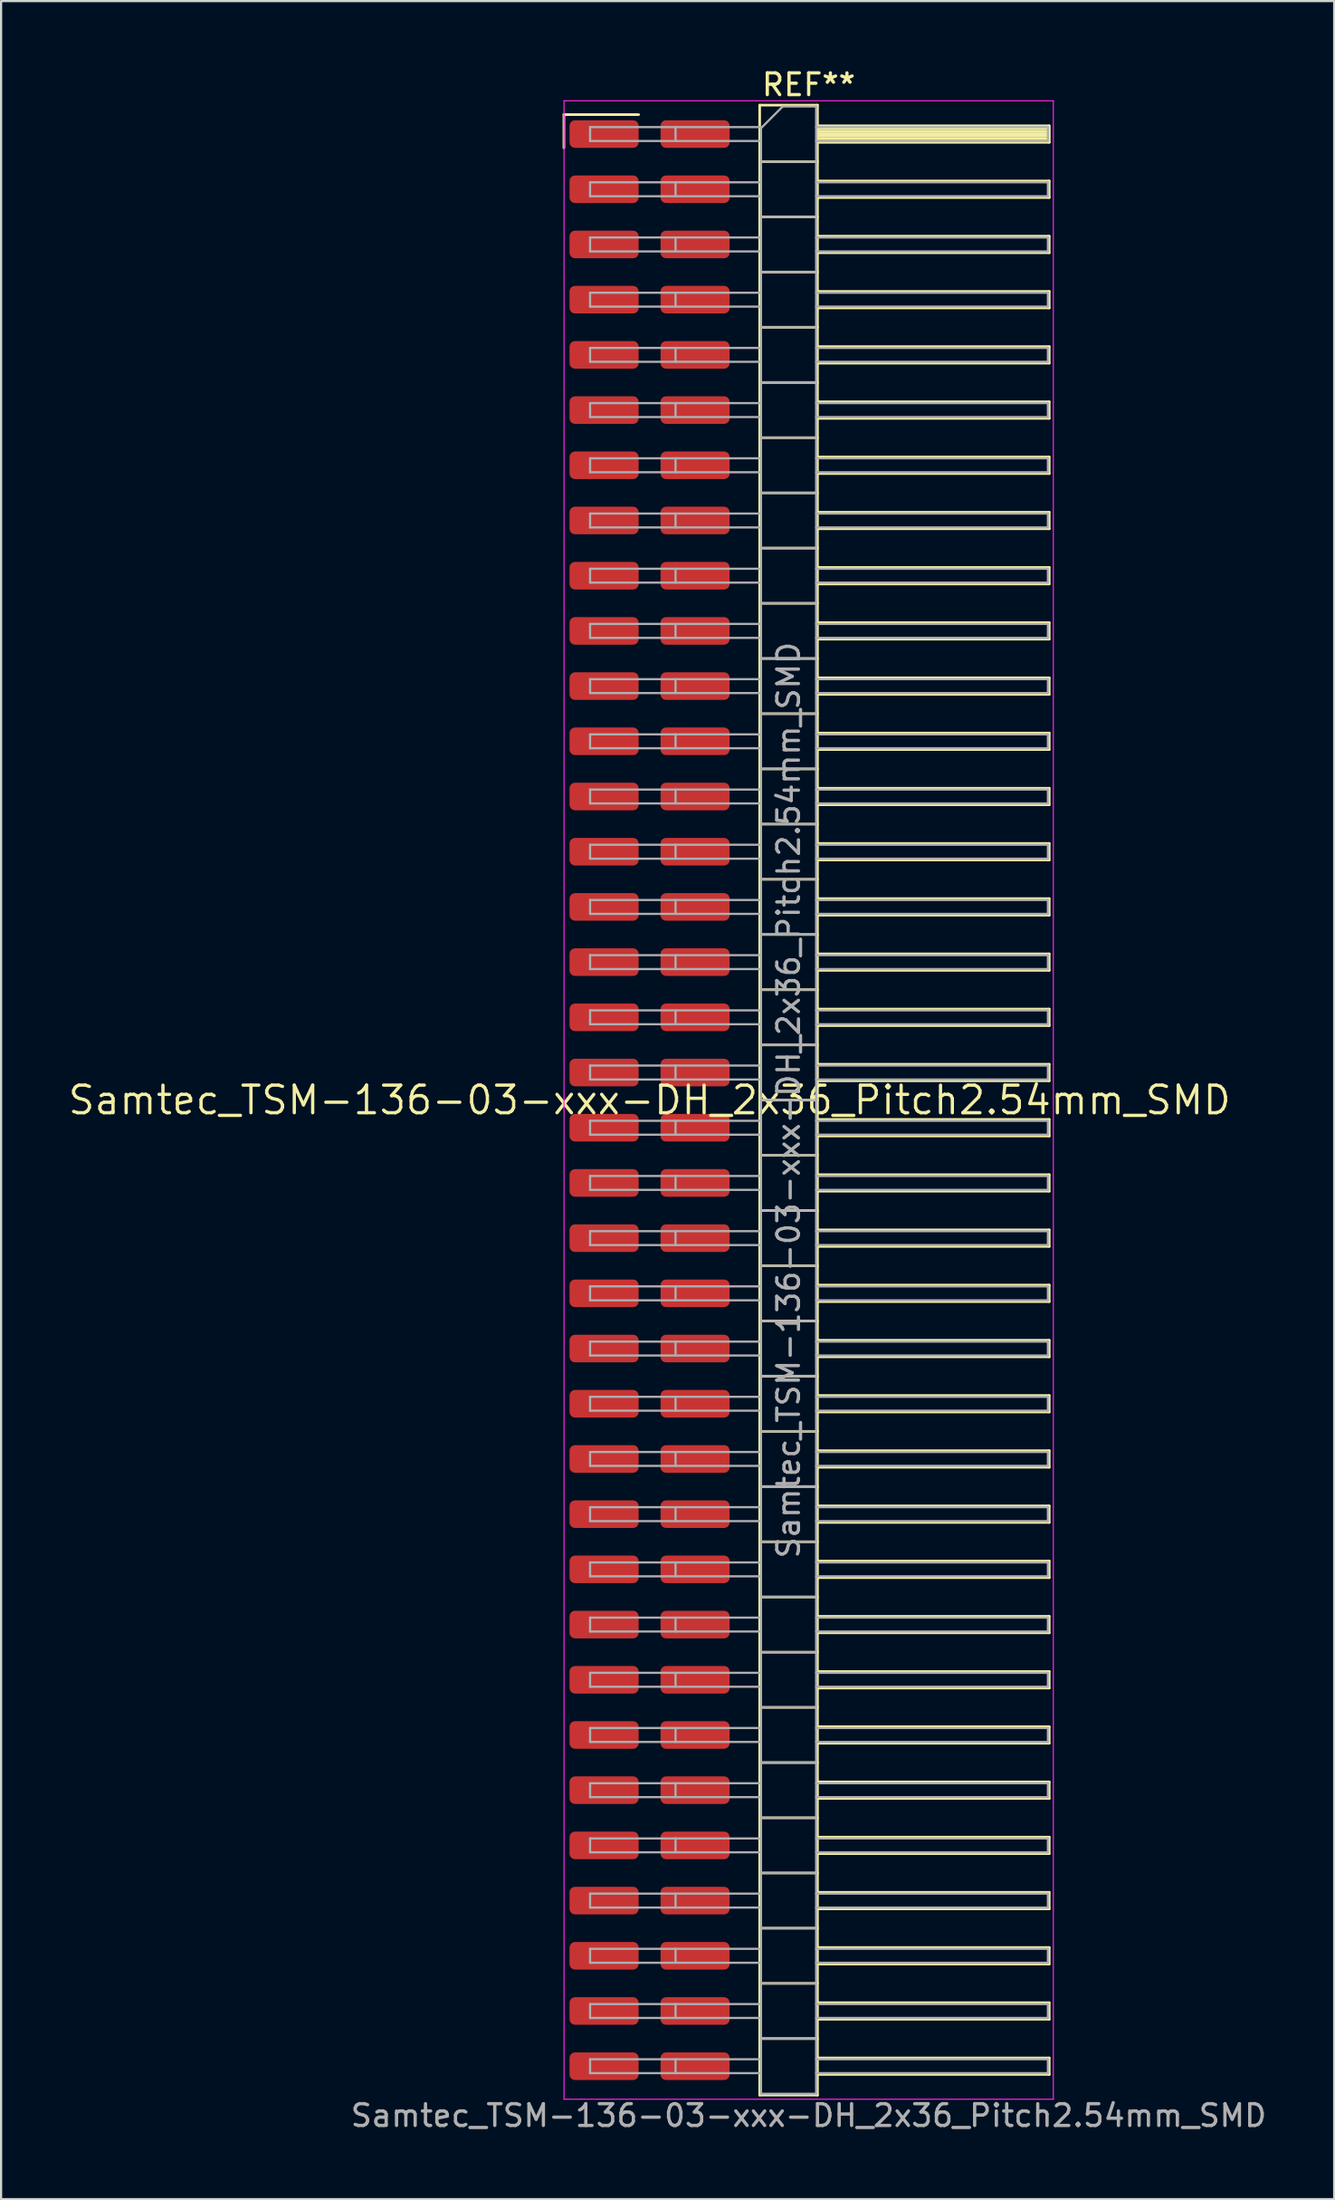
<source format=kicad_pcb>
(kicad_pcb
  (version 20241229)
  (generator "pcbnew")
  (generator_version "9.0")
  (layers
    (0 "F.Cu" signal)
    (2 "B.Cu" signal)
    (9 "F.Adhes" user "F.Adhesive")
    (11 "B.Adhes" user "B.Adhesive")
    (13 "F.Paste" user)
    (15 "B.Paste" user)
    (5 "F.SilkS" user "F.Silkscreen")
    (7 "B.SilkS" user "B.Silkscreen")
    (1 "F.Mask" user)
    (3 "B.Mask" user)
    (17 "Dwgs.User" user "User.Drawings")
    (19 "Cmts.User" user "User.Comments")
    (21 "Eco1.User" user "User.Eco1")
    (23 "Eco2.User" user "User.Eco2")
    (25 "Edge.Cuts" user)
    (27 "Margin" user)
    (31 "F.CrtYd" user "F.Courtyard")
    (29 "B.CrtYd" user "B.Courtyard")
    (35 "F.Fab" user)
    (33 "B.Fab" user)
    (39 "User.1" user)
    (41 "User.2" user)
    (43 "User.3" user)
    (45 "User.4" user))
  (footprint "Samtec_TSM-136-03-xxx-DH_2x36_Pitch2.54mm_SMD"
    (layer "F.Cu")
    (at 26.859 47.568)
    (property "Reference" "Samtec_TSM-136-03-xxx-DH_2x36_Pitch2.54mm_SMD" (at 0 0 0) (layer "F.SilkS") (effects (font (size 1.27 1.27) (thickness 0.15))))
    (attr smd)
    (fp_line (start -3.945 -45.345) (end -0.505 -45.345) (stroke (width 0.12) (type solid)) (layer "F.SilkS"))
    (fp_line (start -3.945 -43.815) (end -3.945 -45.345) (stroke (width 0.12) (type solid)) (layer "F.SilkS"))
    (fp_line (start 5.07 -45.78) (end 7.73 -45.78) (stroke (width 0.12) (type solid)) (layer "F.SilkS"))
    (fp_line (start 5.07 -43.18) (end 7.73 -43.18) (stroke (width 0.12) (type solid)) (layer "F.SilkS"))
    (fp_line (start 5.07 -40.64) (end 7.73 -40.64) (stroke (width 0.12) (type solid)) (layer "F.SilkS"))
    (fp_line (start 5.07 -38.1) (end 7.73 -38.1) (stroke (width 0.12) (type solid)) (layer "F.SilkS"))
    (fp_line (start 5.07 -35.56) (end 7.73 -35.56) (stroke (width 0.12) (type solid)) (layer "F.SilkS"))
    (fp_line (start 5.07 -33.02) (end 7.73 -33.02) (stroke (width 0.12) (type solid)) (layer "F.SilkS"))
    (fp_line (start 5.07 -30.48) (end 7.73 -30.48) (stroke (width 0.12) (type solid)) (layer "F.SilkS"))
    (fp_line (start 5.07 -27.94) (end 7.73 -27.94) (stroke (width 0.12) (type solid)) (layer "F.SilkS"))
    (fp_line (start 5.07 -25.4) (end 7.73 -25.4) (stroke (width 0.12) (type solid)) (layer "F.SilkS"))
    (fp_line (start 5.07 -22.86) (end 7.73 -22.86) (stroke (width 0.12) (type solid)) (layer "F.SilkS"))
    (fp_line (start 5.07 -20.32) (end 7.73 -20.32) (stroke (width 0.12) (type solid)) (layer "F.SilkS"))
    (fp_line (start 5.07 -17.78) (end 7.73 -17.78) (stroke (width 0.12) (type solid)) (layer "F.SilkS"))
    (fp_line (start 5.07 -15.24) (end 7.73 -15.24) (stroke (width 0.12) (type solid)) (layer "F.SilkS"))
    (fp_line (start 5.07 -12.7) (end 7.73 -12.7) (stroke (width 0.12) (type solid)) (layer "F.SilkS"))
    (fp_line (start 5.07 -10.16) (end 7.73 -10.16) (stroke (width 0.12) (type solid)) (layer "F.SilkS"))
    (fp_line (start 5.07 -7.62) (end 7.73 -7.62) (stroke (width 0.12) (type solid)) (layer "F.SilkS"))
    (fp_line (start 5.07 -5.08) (end 7.73 -5.08) (stroke (width 0.12) (type solid)) (layer "F.SilkS"))
    (fp_line (start 5.07 -2.54) (end 7.73 -2.54) (stroke (width 0.12) (type solid)) (layer "F.SilkS"))
    (fp_line (start 5.07 0) (end 7.73 0) (stroke (width 0.12) (type solid)) (layer "F.SilkS"))
    (fp_line (start 5.07 2.54) (end 7.73 2.54) (stroke (width 0.12) (type solid)) (layer "F.SilkS"))
    (fp_line (start 5.07 5.08) (end 7.73 5.08) (stroke (width 0.12) (type solid)) (layer "F.SilkS"))
    (fp_line (start 5.07 7.62) (end 7.73 7.62) (stroke (width 0.12) (type solid)) (layer "F.SilkS"))
    (fp_line (start 5.07 10.16) (end 7.73 10.16) (stroke (width 0.12) (type solid)) (layer "F.SilkS"))
    (fp_line (start 5.07 12.7) (end 7.73 12.7) (stroke (width 0.12) (type solid)) (layer "F.SilkS"))
    (fp_line (start 5.07 15.24) (end 7.73 15.24) (stroke (width 0.12) (type solid)) (layer "F.SilkS"))
    (fp_line (start 5.07 17.78) (end 7.73 17.78) (stroke (width 0.12) (type solid)) (layer "F.SilkS"))
    (fp_line (start 5.07 20.32) (end 7.73 20.32) (stroke (width 0.12) (type solid)) (layer "F.SilkS"))
    (fp_line (start 5.07 22.86) (end 7.73 22.86) (stroke (width 0.12) (type solid)) (layer "F.SilkS"))
    (fp_line (start 5.07 25.4) (end 7.73 25.4) (stroke (width 0.12) (type solid)) (layer "F.SilkS"))
    (fp_line (start 5.07 27.94) (end 7.73 27.94) (stroke (width 0.12) (type solid)) (layer "F.SilkS"))
    (fp_line (start 5.07 30.48) (end 7.73 30.48) (stroke (width 0.12) (type solid)) (layer "F.SilkS"))
    (fp_line (start 5.07 33.02) (end 7.73 33.02) (stroke (width 0.12) (type solid)) (layer "F.SilkS"))
    (fp_line (start 5.07 35.56) (end 7.73 35.56) (stroke (width 0.12) (type solid)) (layer "F.SilkS"))
    (fp_line (start 5.07 38.1) (end 7.73 38.1) (stroke (width 0.12) (type solid)) (layer "F.SilkS"))
    (fp_line (start 5.07 40.64) (end 7.73 40.64) (stroke (width 0.12) (type solid)) (layer "F.SilkS"))
    (fp_line (start 5.07 43.18) (end 7.73 43.18) (stroke (width 0.12) (type solid)) (layer "F.SilkS"))
    (fp_line (start 5.07 45.78) (end 5.07 -45.78) (stroke (width 0.12) (type solid)) (layer "F.SilkS"))
    (fp_line (start 7.73 -45.78) (end 7.73 45.78) (stroke (width 0.12) (type solid)) (layer "F.SilkS"))
    (fp_line (start 7.73 -44.83) (end 18.4 -44.83) (stroke (width 0.12) (type solid)) (layer "F.SilkS"))
    (fp_line (start 7.73 -44.71) (end 18.4 -44.71) (stroke (width 0.12) (type solid)) (layer "F.SilkS"))
    (fp_line (start 7.73 -44.59) (end 18.4 -44.59) (stroke (width 0.12) (type solid)) (layer "F.SilkS"))
    (fp_line (start 7.73 -44.47) (end 18.4 -44.47) (stroke (width 0.12) (type solid)) (layer "F.SilkS"))
    (fp_line (start 7.73 -44.35) (end 18.4 -44.35) (stroke (width 0.12) (type solid)) (layer "F.SilkS"))
    (fp_line (start 7.73 -44.23) (end 18.4 -44.23) (stroke (width 0.12) (type solid)) (layer "F.SilkS"))
    (fp_line (start 7.73 -44.11) (end 18.4 -44.11) (stroke (width 0.12) (type solid)) (layer "F.SilkS"))
    (fp_line (start 7.73 -44.07) (end 18.4 -44.07) (stroke (width 0.12) (type solid)) (layer "F.SilkS"))
    (fp_line (start 7.73 -42.29) (end 18.4 -42.29) (stroke (width 0.12) (type solid)) (layer "F.SilkS"))
    (fp_line (start 7.73 -41.53) (end 18.4 -41.53) (stroke (width 0.12) (type solid)) (layer "F.SilkS"))
    (fp_line (start 7.73 -39.75) (end 18.4 -39.75) (stroke (width 0.12) (type solid)) (layer "F.SilkS"))
    (fp_line (start 7.73 -38.99) (end 18.4 -38.99) (stroke (width 0.12) (type solid)) (layer "F.SilkS"))
    (fp_line (start 7.73 -37.21) (end 18.4 -37.21) (stroke (width 0.12) (type solid)) (layer "F.SilkS"))
    (fp_line (start 7.73 -36.45) (end 18.4 -36.45) (stroke (width 0.12) (type solid)) (layer "F.SilkS"))
    (fp_line (start 7.73 -34.67) (end 18.4 -34.67) (stroke (width 0.12) (type solid)) (layer "F.SilkS"))
    (fp_line (start 7.73 -33.91) (end 18.4 -33.91) (stroke (width 0.12) (type solid)) (layer "F.SilkS"))
    (fp_line (start 7.73 -32.13) (end 18.4 -32.13) (stroke (width 0.12) (type solid)) (layer "F.SilkS"))
    (fp_line (start 7.73 -31.37) (end 18.4 -31.37) (stroke (width 0.12) (type solid)) (layer "F.SilkS"))
    (fp_line (start 7.73 -29.59) (end 18.4 -29.59) (stroke (width 0.12) (type solid)) (layer "F.SilkS"))
    (fp_line (start 7.73 -28.83) (end 18.4 -28.83) (stroke (width 0.12) (type solid)) (layer "F.SilkS"))
    (fp_line (start 7.73 -27.05) (end 18.4 -27.05) (stroke (width 0.12) (type solid)) (layer "F.SilkS"))
    (fp_line (start 7.73 -26.29) (end 18.4 -26.29) (stroke (width 0.12) (type solid)) (layer "F.SilkS"))
    (fp_line (start 7.73 -24.51) (end 18.4 -24.51) (stroke (width 0.12) (type solid)) (layer "F.SilkS"))
    (fp_line (start 7.73 -23.75) (end 18.4 -23.75) (stroke (width 0.12) (type solid)) (layer "F.SilkS"))
    (fp_line (start 7.73 -21.97) (end 18.4 -21.97) (stroke (width 0.12) (type solid)) (layer "F.SilkS"))
    (fp_line (start 7.73 -21.21) (end 18.4 -21.21) (stroke (width 0.12) (type solid)) (layer "F.SilkS"))
    (fp_line (start 7.73 -19.43) (end 18.4 -19.43) (stroke (width 0.12) (type solid)) (layer "F.SilkS"))
    (fp_line (start 7.73 -18.67) (end 18.4 -18.67) (stroke (width 0.12) (type solid)) (layer "F.SilkS"))
    (fp_line (start 7.73 -16.89) (end 18.4 -16.89) (stroke (width 0.12) (type solid)) (layer "F.SilkS"))
    (fp_line (start 7.73 -16.13) (end 18.4 -16.13) (stroke (width 0.12) (type solid)) (layer "F.SilkS"))
    (fp_line (start 7.73 -14.35) (end 18.4 -14.35) (stroke (width 0.12) (type solid)) (layer "F.SilkS"))
    (fp_line (start 7.73 -13.59) (end 18.4 -13.59) (stroke (width 0.12) (type solid)) (layer "F.SilkS"))
    (fp_line (start 7.73 -11.81) (end 18.4 -11.81) (stroke (width 0.12) (type solid)) (layer "F.SilkS"))
    (fp_line (start 7.73 -11.05) (end 18.4 -11.05) (stroke (width 0.12) (type solid)) (layer "F.SilkS"))
    (fp_line (start 7.73 -9.27) (end 18.4 -9.27) (stroke (width 0.12) (type solid)) (layer "F.SilkS"))
    (fp_line (start 7.73 -8.51) (end 18.4 -8.51) (stroke (width 0.12) (type solid)) (layer "F.SilkS"))
    (fp_line (start 7.73 -6.73) (end 18.4 -6.73) (stroke (width 0.12) (type solid)) (layer "F.SilkS"))
    (fp_line (start 7.73 -5.97) (end 18.4 -5.97) (stroke (width 0.12) (type solid)) (layer "F.SilkS"))
    (fp_line (start 7.73 -4.19) (end 18.4 -4.19) (stroke (width 0.12) (type solid)) (layer "F.SilkS"))
    (fp_line (start 7.73 -3.43) (end 18.4 -3.43) (stroke (width 0.12) (type solid)) (layer "F.SilkS"))
    (fp_line (start 7.73 -1.65) (end 18.4 -1.65) (stroke (width 0.12) (type solid)) (layer "F.SilkS"))
    (fp_line (start 7.73 -0.89) (end 18.4 -0.89) (stroke (width 0.12) (type solid)) (layer "F.SilkS"))
    (fp_line (start 7.73 0.89) (end 18.4 0.89) (stroke (width 0.12) (type solid)) (layer "F.SilkS"))
    (fp_line (start 7.73 1.65) (end 18.4 1.65) (stroke (width 0.12) (type solid)) (layer "F.SilkS"))
    (fp_line (start 7.73 3.43) (end 18.4 3.43) (stroke (width 0.12) (type solid)) (layer "F.SilkS"))
    (fp_line (start 7.73 4.19) (end 18.4 4.19) (stroke (width 0.12) (type solid)) (layer "F.SilkS"))
    (fp_line (start 7.73 5.97) (end 18.4 5.97) (stroke (width 0.12) (type solid)) (layer "F.SilkS"))
    (fp_line (start 7.73 6.73) (end 18.4 6.73) (stroke (width 0.12) (type solid)) (layer "F.SilkS"))
    (fp_line (start 7.73 8.51) (end 18.4 8.51) (stroke (width 0.12) (type solid)) (layer "F.SilkS"))
    (fp_line (start 7.73 9.27) (end 18.4 9.27) (stroke (width 0.12) (type solid)) (layer "F.SilkS"))
    (fp_line (start 7.73 11.05) (end 18.4 11.05) (stroke (width 0.12) (type solid)) (layer "F.SilkS"))
    (fp_line (start 7.73 11.81) (end 18.4 11.81) (stroke (width 0.12) (type solid)) (layer "F.SilkS"))
    (fp_line (start 7.73 13.59) (end 18.4 13.59) (stroke (width 0.12) (type solid)) (layer "F.SilkS"))
    (fp_line (start 7.73 14.35) (end 18.4 14.35) (stroke (width 0.12) (type solid)) (layer "F.SilkS"))
    (fp_line (start 7.73 16.13) (end 18.4 16.13) (stroke (width 0.12) (type solid)) (layer "F.SilkS"))
    (fp_line (start 7.73 16.89) (end 18.4 16.89) (stroke (width 0.12) (type solid)) (layer "F.SilkS"))
    (fp_line (start 7.73 18.67) (end 18.4 18.67) (stroke (width 0.12) (type solid)) (layer "F.SilkS"))
    (fp_line (start 7.73 19.43) (end 18.4 19.43) (stroke (width 0.12) (type solid)) (layer "F.SilkS"))
    (fp_line (start 7.73 21.21) (end 18.4 21.21) (stroke (width 0.12) (type solid)) (layer "F.SilkS"))
    (fp_line (start 7.73 21.97) (end 18.4 21.97) (stroke (width 0.12) (type solid)) (layer "F.SilkS"))
    (fp_line (start 7.73 23.75) (end 18.4 23.75) (stroke (width 0.12) (type solid)) (layer "F.SilkS"))
    (fp_line (start 7.73 24.51) (end 18.4 24.51) (stroke (width 0.12) (type solid)) (layer "F.SilkS"))
    (fp_line (start 7.73 26.29) (end 18.4 26.29) (stroke (width 0.12) (type solid)) (layer "F.SilkS"))
    (fp_line (start 7.73 27.05) (end 18.4 27.05) (stroke (width 0.12) (type solid)) (layer "F.SilkS"))
    (fp_line (start 7.73 28.83) (end 18.4 28.83) (stroke (width 0.12) (type solid)) (layer "F.SilkS"))
    (fp_line (start 7.73 29.59) (end 18.4 29.59) (stroke (width 0.12) (type solid)) (layer "F.SilkS"))
    (fp_line (start 7.73 31.37) (end 18.4 31.37) (stroke (width 0.12) (type solid)) (layer "F.SilkS"))
    (fp_line (start 7.73 32.13) (end 18.4 32.13) (stroke (width 0.12) (type solid)) (layer "F.SilkS"))
    (fp_line (start 7.73 33.91) (end 18.4 33.91) (stroke (width 0.12) (type solid)) (layer "F.SilkS"))
    (fp_line (start 7.73 34.67) (end 18.4 34.67) (stroke (width 0.12) (type solid)) (layer "F.SilkS"))
    (fp_line (start 7.73 36.45) (end 18.4 36.45) (stroke (width 0.12) (type solid)) (layer "F.SilkS"))
    (fp_line (start 7.73 37.21) (end 18.4 37.21) (stroke (width 0.12) (type solid)) (layer "F.SilkS"))
    (fp_line (start 7.73 38.99) (end 18.4 38.99) (stroke (width 0.12) (type solid)) (layer "F.SilkS"))
    (fp_line (start 7.73 39.75) (end 18.4 39.75) (stroke (width 0.12) (type solid)) (layer "F.SilkS"))
    (fp_line (start 7.73 41.53) (end 18.4 41.53) (stroke (width 0.12) (type solid)) (layer "F.SilkS"))
    (fp_line (start 7.73 42.29) (end 18.4 42.29) (stroke (width 0.12) (type solid)) (layer "F.SilkS"))
    (fp_line (start 7.73 44.07) (end 18.4 44.07) (stroke (width 0.12) (type solid)) (layer "F.SilkS"))
    (fp_line (start 7.73 44.83) (end 18.4 44.83) (stroke (width 0.12) (type solid)) (layer "F.SilkS"))
    (fp_line (start 7.73 45.78) (end 5.07 45.78) (stroke (width 0.12) (type solid)) (layer "F.SilkS"))
    (fp_line (start 18.4 -44.83) (end 18.4 -44.07) (stroke (width 0.12) (type solid)) (layer "F.SilkS"))
    (fp_line (start 18.4 -42.29) (end 18.4 -41.53) (stroke (width 0.12) (type solid)) (layer "F.SilkS"))
    (fp_line (start 18.4 -39.75) (end 18.4 -38.99) (stroke (width 0.12) (type solid)) (layer "F.SilkS"))
    (fp_line (start 18.4 -37.21) (end 18.4 -36.45) (stroke (width 0.12) (type solid)) (layer "F.SilkS"))
    (fp_line (start 18.4 -34.67) (end 18.4 -33.91) (stroke (width 0.12) (type solid)) (layer "F.SilkS"))
    (fp_line (start 18.4 -32.13) (end 18.4 -31.37) (stroke (width 0.12) (type solid)) (layer "F.SilkS"))
    (fp_line (start 18.4 -29.59) (end 18.4 -28.83) (stroke (width 0.12) (type solid)) (layer "F.SilkS"))
    (fp_line (start 18.4 -27.05) (end 18.4 -26.29) (stroke (width 0.12) (type solid)) (layer "F.SilkS"))
    (fp_line (start 18.4 -24.51) (end 18.4 -23.75) (stroke (width 0.12) (type solid)) (layer "F.SilkS"))
    (fp_line (start 18.4 -21.97) (end 18.4 -21.21) (stroke (width 0.12) (type solid)) (layer "F.SilkS"))
    (fp_line (start 18.4 -19.43) (end 18.4 -18.67) (stroke (width 0.12) (type solid)) (layer "F.SilkS"))
    (fp_line (start 18.4 -16.89) (end 18.4 -16.13) (stroke (width 0.12) (type solid)) (layer "F.SilkS"))
    (fp_line (start 18.4 -14.35) (end 18.4 -13.59) (stroke (width 0.12) (type solid)) (layer "F.SilkS"))
    (fp_line (start 18.4 -11.81) (end 18.4 -11.05) (stroke (width 0.12) (type solid)) (layer "F.SilkS"))
    (fp_line (start 18.4 -9.27) (end 18.4 -8.51) (stroke (width 0.12) (type solid)) (layer "F.SilkS"))
    (fp_line (start 18.4 -6.73) (end 18.4 -5.97) (stroke (width 0.12) (type solid)) (layer "F.SilkS"))
    (fp_line (start 18.4 -4.19) (end 18.4 -3.43) (stroke (width 0.12) (type solid)) (layer "F.SilkS"))
    (fp_line (start 18.4 -1.65) (end 18.4 -0.89) (stroke (width 0.12) (type solid)) (layer "F.SilkS"))
    (fp_line (start 18.4 0.89) (end 18.4 1.65) (stroke (width 0.12) (type solid)) (layer "F.SilkS"))
    (fp_line (start 18.4 3.43) (end 18.4 4.19) (stroke (width 0.12) (type solid)) (layer "F.SilkS"))
    (fp_line (start 18.4 5.97) (end 18.4 6.73) (stroke (width 0.12) (type solid)) (layer "F.SilkS"))
    (fp_line (start 18.4 8.51) (end 18.4 9.27) (stroke (width 0.12) (type solid)) (layer "F.SilkS"))
    (fp_line (start 18.4 11.05) (end 18.4 11.81) (stroke (width 0.12) (type solid)) (layer "F.SilkS"))
    (fp_line (start 18.4 13.59) (end 18.4 14.35) (stroke (width 0.12) (type solid)) (layer "F.SilkS"))
    (fp_line (start 18.4 16.13) (end 18.4 16.89) (stroke (width 0.12) (type solid)) (layer "F.SilkS"))
    (fp_line (start 18.4 18.67) (end 18.4 19.43) (stroke (width 0.12) (type solid)) (layer "F.SilkS"))
    (fp_line (start 18.4 21.21) (end 18.4 21.97) (stroke (width 0.12) (type solid)) (layer "F.SilkS"))
    (fp_line (start 18.4 23.75) (end 18.4 24.51) (stroke (width 0.12) (type solid)) (layer "F.SilkS"))
    (fp_line (start 18.4 26.29) (end 18.4 27.05) (stroke (width 0.12) (type solid)) (layer "F.SilkS"))
    (fp_line (start 18.4 28.83) (end 18.4 29.59) (stroke (width 0.12) (type solid)) (layer "F.SilkS"))
    (fp_line (start 18.4 31.37) (end 18.4 32.13) (stroke (width 0.12) (type solid)) (layer "F.SilkS"))
    (fp_line (start 18.4 33.91) (end 18.4 34.67) (stroke (width 0.12) (type solid)) (layer "F.SilkS"))
    (fp_line (start 18.4 36.45) (end 18.4 37.21) (stroke (width 0.12) (type solid)) (layer "F.SilkS"))
    (fp_line (start 18.4 38.99) (end 18.4 39.75) (stroke (width 0.12) (type solid)) (layer "F.SilkS"))
    (fp_line (start 18.4 41.53) (end 18.4 42.29) (stroke (width 0.12) (type solid)) (layer "F.SilkS"))
    (fp_line (start 18.4 44.07) (end 18.4 44.83) (stroke (width 0.12) (type solid)) (layer "F.SilkS"))
    (fp_line (start -3.94 -45.98) (end 18.59 -45.98) (stroke (width 0.05) (type solid)) (layer "F.CrtYd"))
    (fp_line (start -3.94 45.97) (end -3.94 -45.98) (stroke (width 0.05) (type solid)) (layer "F.CrtYd"))
    (fp_line (start 18.59 -45.98) (end 18.59 45.97) (stroke (width 0.05) (type solid)) (layer "F.CrtYd"))
    (fp_line (start 18.59 45.97) (end -3.94 45.97) (stroke (width 0.05) (type solid)) (layer "F.CrtYd"))
    (fp_line (start -2.74 -44.77) (end -2.74 -44.13) (stroke (width 0.1) (type solid)) (layer "F.Fab"))
    (fp_line (start -2.74 -44.77) (end 5.13 -44.77) (stroke (width 0.1) (type solid)) (layer "F.Fab"))
    (fp_line (start -2.74 -44.13) (end 5.13 -44.13) (stroke (width 0.1) (type solid)) (layer "F.Fab"))
    (fp_line (start -2.74 -42.23) (end -2.74 -41.59) (stroke (width 0.1) (type solid)) (layer "F.Fab"))
    (fp_line (start -2.74 -42.23) (end 5.13 -42.23) (stroke (width 0.1) (type solid)) (layer "F.Fab"))
    (fp_line (start -2.74 -41.59) (end 5.13 -41.59) (stroke (width 0.1) (type solid)) (layer "F.Fab"))
    (fp_line (start -2.74 -39.69) (end -2.74 -39.05) (stroke (width 0.1) (type solid)) (layer "F.Fab"))
    (fp_line (start -2.74 -39.69) (end 5.13 -39.69) (stroke (width 0.1) (type solid)) (layer "F.Fab"))
    (fp_line (start -2.74 -39.05) (end 5.13 -39.05) (stroke (width 0.1) (type solid)) (layer "F.Fab"))
    (fp_line (start -2.74 -37.15) (end -2.74 -36.51) (stroke (width 0.1) (type solid)) (layer "F.Fab"))
    (fp_line (start -2.74 -37.15) (end 5.13 -37.15) (stroke (width 0.1) (type solid)) (layer "F.Fab"))
    (fp_line (start -2.74 -36.51) (end 5.13 -36.51) (stroke (width 0.1) (type solid)) (layer "F.Fab"))
    (fp_line (start -2.74 -34.61) (end -2.74 -33.97) (stroke (width 0.1) (type solid)) (layer "F.Fab"))
    (fp_line (start -2.74 -34.61) (end 5.13 -34.61) (stroke (width 0.1) (type solid)) (layer "F.Fab"))
    (fp_line (start -2.74 -33.97) (end 5.13 -33.97) (stroke (width 0.1) (type solid)) (layer "F.Fab"))
    (fp_line (start -2.74 -32.07) (end -2.74 -31.43) (stroke (width 0.1) (type solid)) (layer "F.Fab"))
    (fp_line (start -2.74 -32.07) (end 5.13 -32.07) (stroke (width 0.1) (type solid)) (layer "F.Fab"))
    (fp_line (start -2.74 -31.43) (end 5.13 -31.43) (stroke (width 0.1) (type solid)) (layer "F.Fab"))
    (fp_line (start -2.74 -29.53) (end -2.74 -28.89) (stroke (width 0.1) (type solid)) (layer "F.Fab"))
    (fp_line (start -2.74 -29.53) (end 5.13 -29.53) (stroke (width 0.1) (type solid)) (layer "F.Fab"))
    (fp_line (start -2.74 -28.89) (end 5.13 -28.89) (stroke (width 0.1) (type solid)) (layer "F.Fab"))
    (fp_line (start -2.74 -26.99) (end -2.74 -26.35) (stroke (width 0.1) (type solid)) (layer "F.Fab"))
    (fp_line (start -2.74 -26.99) (end 5.13 -26.99) (stroke (width 0.1) (type solid)) (layer "F.Fab"))
    (fp_line (start -2.74 -26.35) (end 5.13 -26.35) (stroke (width 0.1) (type solid)) (layer "F.Fab"))
    (fp_line (start -2.74 -24.45) (end -2.74 -23.81) (stroke (width 0.1) (type solid)) (layer "F.Fab"))
    (fp_line (start -2.74 -24.45) (end 5.13 -24.45) (stroke (width 0.1) (type solid)) (layer "F.Fab"))
    (fp_line (start -2.74 -23.81) (end 5.13 -23.81) (stroke (width 0.1) (type solid)) (layer "F.Fab"))
    (fp_line (start -2.74 -21.91) (end -2.74 -21.27) (stroke (width 0.1) (type solid)) (layer "F.Fab"))
    (fp_line (start -2.74 -21.91) (end 5.13 -21.91) (stroke (width 0.1) (type solid)) (layer "F.Fab"))
    (fp_line (start -2.74 -21.27) (end 5.13 -21.27) (stroke (width 0.1) (type solid)) (layer "F.Fab"))
    (fp_line (start -2.74 -19.37) (end -2.74 -18.73) (stroke (width 0.1) (type solid)) (layer "F.Fab"))
    (fp_line (start -2.74 -19.37) (end 5.13 -19.37) (stroke (width 0.1) (type solid)) (layer "F.Fab"))
    (fp_line (start -2.74 -18.73) (end 5.13 -18.73) (stroke (width 0.1) (type solid)) (layer "F.Fab"))
    (fp_line (start -2.74 -16.83) (end -2.74 -16.19) (stroke (width 0.1) (type solid)) (layer "F.Fab"))
    (fp_line (start -2.74 -16.83) (end 5.13 -16.83) (stroke (width 0.1) (type solid)) (layer "F.Fab"))
    (fp_line (start -2.74 -16.19) (end 5.13 -16.19) (stroke (width 0.1) (type solid)) (layer "F.Fab"))
    (fp_line (start -2.74 -14.29) (end -2.74 -13.65) (stroke (width 0.1) (type solid)) (layer "F.Fab"))
    (fp_line (start -2.74 -14.29) (end 5.13 -14.29) (stroke (width 0.1) (type solid)) (layer "F.Fab"))
    (fp_line (start -2.74 -13.65) (end 5.13 -13.65) (stroke (width 0.1) (type solid)) (layer "F.Fab"))
    (fp_line (start -2.74 -11.75) (end -2.74 -11.11) (stroke (width 0.1) (type solid)) (layer "F.Fab"))
    (fp_line (start -2.74 -11.75) (end 5.13 -11.75) (stroke (width 0.1) (type solid)) (layer "F.Fab"))
    (fp_line (start -2.74 -11.11) (end 5.13 -11.11) (stroke (width 0.1) (type solid)) (layer "F.Fab"))
    (fp_line (start -2.74 -9.21) (end -2.74 -8.57) (stroke (width 0.1) (type solid)) (layer "F.Fab"))
    (fp_line (start -2.74 -9.21) (end 5.13 -9.21) (stroke (width 0.1) (type solid)) (layer "F.Fab"))
    (fp_line (start -2.74 -8.57) (end 5.13 -8.57) (stroke (width 0.1) (type solid)) (layer "F.Fab"))
    (fp_line (start -2.74 -6.67) (end -2.74 -6.03) (stroke (width 0.1) (type solid)) (layer "F.Fab"))
    (fp_line (start -2.74 -6.67) (end 5.13 -6.67) (stroke (width 0.1) (type solid)) (layer "F.Fab"))
    (fp_line (start -2.74 -6.03) (end 5.13 -6.03) (stroke (width 0.1) (type solid)) (layer "F.Fab"))
    (fp_line (start -2.74 -4.13) (end -2.74 -3.49) (stroke (width 0.1) (type solid)) (layer "F.Fab"))
    (fp_line (start -2.74 -4.13) (end 5.13 -4.13) (stroke (width 0.1) (type solid)) (layer "F.Fab"))
    (fp_line (start -2.74 -3.49) (end 5.13 -3.49) (stroke (width 0.1) (type solid)) (layer "F.Fab"))
    (fp_line (start -2.74 -1.59) (end -2.74 -0.95) (stroke (width 0.1) (type solid)) (layer "F.Fab"))
    (fp_line (start -2.74 -1.59) (end 5.13 -1.59) (stroke (width 0.1) (type solid)) (layer "F.Fab"))
    (fp_line (start -2.74 -0.95) (end 5.13 -0.95) (stroke (width 0.1) (type solid)) (layer "F.Fab"))
    (fp_line (start -2.74 0.95) (end -2.74 1.59) (stroke (width 0.1) (type solid)) (layer "F.Fab"))
    (fp_line (start -2.74 0.95) (end 5.13 0.95) (stroke (width 0.1) (type solid)) (layer "F.Fab"))
    (fp_line (start -2.74 1.59) (end 5.13 1.59) (stroke (width 0.1) (type solid)) (layer "F.Fab"))
    (fp_line (start -2.74 3.49) (end -2.74 4.13) (stroke (width 0.1) (type solid)) (layer "F.Fab"))
    (fp_line (start -2.74 3.49) (end 5.13 3.49) (stroke (width 0.1) (type solid)) (layer "F.Fab"))
    (fp_line (start -2.74 4.13) (end 5.13 4.13) (stroke (width 0.1) (type solid)) (layer "F.Fab"))
    (fp_line (start -2.74 6.03) (end -2.74 6.67) (stroke (width 0.1) (type solid)) (layer "F.Fab"))
    (fp_line (start -2.74 6.03) (end 5.13 6.03) (stroke (width 0.1) (type solid)) (layer "F.Fab"))
    (fp_line (start -2.74 6.67) (end 5.13 6.67) (stroke (width 0.1) (type solid)) (layer "F.Fab"))
    (fp_line (start -2.74 8.57) (end -2.74 9.21) (stroke (width 0.1) (type solid)) (layer "F.Fab"))
    (fp_line (start -2.74 8.57) (end 5.13 8.57) (stroke (width 0.1) (type solid)) (layer "F.Fab"))
    (fp_line (start -2.74 9.21) (end 5.13 9.21) (stroke (width 0.1) (type solid)) (layer "F.Fab"))
    (fp_line (start -2.74 11.11) (end -2.74 11.75) (stroke (width 0.1) (type solid)) (layer "F.Fab"))
    (fp_line (start -2.74 11.11) (end 5.13 11.11) (stroke (width 0.1) (type solid)) (layer "F.Fab"))
    (fp_line (start -2.74 11.75) (end 5.13 11.75) (stroke (width 0.1) (type solid)) (layer "F.Fab"))
    (fp_line (start -2.74 13.65) (end -2.74 14.29) (stroke (width 0.1) (type solid)) (layer "F.Fab"))
    (fp_line (start -2.74 13.65) (end 5.13 13.65) (stroke (width 0.1) (type solid)) (layer "F.Fab"))
    (fp_line (start -2.74 14.29) (end 5.13 14.29) (stroke (width 0.1) (type solid)) (layer "F.Fab"))
    (fp_line (start -2.74 16.19) (end -2.74 16.83) (stroke (width 0.1) (type solid)) (layer "F.Fab"))
    (fp_line (start -2.74 16.19) (end 5.13 16.19) (stroke (width 0.1) (type solid)) (layer "F.Fab"))
    (fp_line (start -2.74 16.83) (end 5.13 16.83) (stroke (width 0.1) (type solid)) (layer "F.Fab"))
    (fp_line (start -2.74 18.73) (end -2.74 19.37) (stroke (width 0.1) (type solid)) (layer "F.Fab"))
    (fp_line (start -2.74 18.73) (end 5.13 18.73) (stroke (width 0.1) (type solid)) (layer "F.Fab"))
    (fp_line (start -2.74 19.37) (end 5.13 19.37) (stroke (width 0.1) (type solid)) (layer "F.Fab"))
    (fp_line (start -2.74 21.27) (end -2.74 21.91) (stroke (width 0.1) (type solid)) (layer "F.Fab"))
    (fp_line (start -2.74 21.27) (end 5.13 21.27) (stroke (width 0.1) (type solid)) (layer "F.Fab"))
    (fp_line (start -2.74 21.91) (end 5.13 21.91) (stroke (width 0.1) (type solid)) (layer "F.Fab"))
    (fp_line (start -2.74 23.81) (end -2.74 24.45) (stroke (width 0.1) (type solid)) (layer "F.Fab"))
    (fp_line (start -2.74 23.81) (end 5.13 23.81) (stroke (width 0.1) (type solid)) (layer "F.Fab"))
    (fp_line (start -2.74 24.45) (end 5.13 24.45) (stroke (width 0.1) (type solid)) (layer "F.Fab"))
    (fp_line (start -2.74 26.35) (end -2.74 26.99) (stroke (width 0.1) (type solid)) (layer "F.Fab"))
    (fp_line (start -2.74 26.35) (end 5.13 26.35) (stroke (width 0.1) (type solid)) (layer "F.Fab"))
    (fp_line (start -2.74 26.99) (end 5.13 26.99) (stroke (width 0.1) (type solid)) (layer "F.Fab"))
    (fp_line (start -2.74 28.89) (end -2.74 29.53) (stroke (width 0.1) (type solid)) (layer "F.Fab"))
    (fp_line (start -2.74 28.89) (end 5.13 28.89) (stroke (width 0.1) (type solid)) (layer "F.Fab"))
    (fp_line (start -2.74 29.53) (end 5.13 29.53) (stroke (width 0.1) (type solid)) (layer "F.Fab"))
    (fp_line (start -2.74 31.43) (end -2.74 32.07) (stroke (width 0.1) (type solid)) (layer "F.Fab"))
    (fp_line (start -2.74 31.43) (end 5.13 31.43) (stroke (width 0.1) (type solid)) (layer "F.Fab"))
    (fp_line (start -2.74 32.07) (end 5.13 32.07) (stroke (width 0.1) (type solid)) (layer "F.Fab"))
    (fp_line (start -2.74 33.97) (end -2.74 34.61) (stroke (width 0.1) (type solid)) (layer "F.Fab"))
    (fp_line (start -2.74 33.97) (end 5.13 33.97) (stroke (width 0.1) (type solid)) (layer "F.Fab"))
    (fp_line (start -2.74 34.61) (end 5.13 34.61) (stroke (width 0.1) (type solid)) (layer "F.Fab"))
    (fp_line (start -2.74 36.51) (end -2.74 37.15) (stroke (width 0.1) (type solid)) (layer "F.Fab"))
    (fp_line (start -2.74 36.51) (end 5.13 36.51) (stroke (width 0.1) (type solid)) (layer "F.Fab"))
    (fp_line (start -2.74 37.15) (end 5.13 37.15) (stroke (width 0.1) (type solid)) (layer "F.Fab"))
    (fp_line (start -2.74 39.05) (end -2.74 39.69) (stroke (width 0.1) (type solid)) (layer "F.Fab"))
    (fp_line (start -2.74 39.05) (end 5.13 39.05) (stroke (width 0.1) (type solid)) (layer "F.Fab"))
    (fp_line (start -2.74 39.69) (end 5.13 39.69) (stroke (width 0.1) (type solid)) (layer "F.Fab"))
    (fp_line (start -2.74 41.59) (end -2.74 42.23) (stroke (width 0.1) (type solid)) (layer "F.Fab"))
    (fp_line (start -2.74 41.59) (end 5.13 41.59) (stroke (width 0.1) (type solid)) (layer "F.Fab"))
    (fp_line (start -2.74 42.23) (end 5.13 42.23) (stroke (width 0.1) (type solid)) (layer "F.Fab"))
    (fp_line (start -2.74 44.13) (end -2.74 44.77) (stroke (width 0.1) (type solid)) (layer "F.Fab"))
    (fp_line (start -2.74 44.13) (end 5.13 44.13) (stroke (width 0.1) (type solid)) (layer "F.Fab"))
    (fp_line (start -2.74 44.77) (end 5.13 44.77) (stroke (width 0.1) (type solid)) (layer "F.Fab"))
    (fp_line (start 1.195 -44.77) (end 1.195 -44.13) (stroke (width 0.1) (type solid)) (layer "F.Fab"))
    (fp_line (start 1.195 -42.23) (end 1.195 -41.59) (stroke (width 0.1) (type solid)) (layer "F.Fab"))
    (fp_line (start 1.195 -39.69) (end 1.195 -39.05) (stroke (width 0.1) (type solid)) (layer "F.Fab"))
    (fp_line (start 1.195 -37.15) (end 1.195 -36.51) (stroke (width 0.1) (type solid)) (layer "F.Fab"))
    (fp_line (start 1.195 -34.61) (end 1.195 -33.97) (stroke (width 0.1) (type solid)) (layer "F.Fab"))
    (fp_line (start 1.195 -32.07) (end 1.195 -31.43) (stroke (width 0.1) (type solid)) (layer "F.Fab"))
    (fp_line (start 1.195 -29.53) (end 1.195 -28.89) (stroke (width 0.1) (type solid)) (layer "F.Fab"))
    (fp_line (start 1.195 -26.99) (end 1.195 -26.35) (stroke (width 0.1) (type solid)) (layer "F.Fab"))
    (fp_line (start 1.195 -24.45) (end 1.195 -23.81) (stroke (width 0.1) (type solid)) (layer "F.Fab"))
    (fp_line (start 1.195 -21.91) (end 1.195 -21.27) (stroke (width 0.1) (type solid)) (layer "F.Fab"))
    (fp_line (start 1.195 -19.37) (end 1.195 -18.73) (stroke (width 0.1) (type solid)) (layer "F.Fab"))
    (fp_line (start 1.195 -16.83) (end 1.195 -16.19) (stroke (width 0.1) (type solid)) (layer "F.Fab"))
    (fp_line (start 1.195 -14.29) (end 1.195 -13.65) (stroke (width 0.1) (type solid)) (layer "F.Fab"))
    (fp_line (start 1.195 -11.75) (end 1.195 -11.11) (stroke (width 0.1) (type solid)) (layer "F.Fab"))
    (fp_line (start 1.195 -9.21) (end 1.195 -8.57) (stroke (width 0.1) (type solid)) (layer "F.Fab"))
    (fp_line (start 1.195 -6.67) (end 1.195 -6.03) (stroke (width 0.1) (type solid)) (layer "F.Fab"))
    (fp_line (start 1.195 -4.13) (end 1.195 -3.49) (stroke (width 0.1) (type solid)) (layer "F.Fab"))
    (fp_line (start 1.195 -1.59) (end 1.195 -0.95) (stroke (width 0.1) (type solid)) (layer "F.Fab"))
    (fp_line (start 1.195 0.95) (end 1.195 1.59) (stroke (width 0.1) (type solid)) (layer "F.Fab"))
    (fp_line (start 1.195 3.49) (end 1.195 4.13) (stroke (width 0.1) (type solid)) (layer "F.Fab"))
    (fp_line (start 1.195 6.03) (end 1.195 6.67) (stroke (width 0.1) (type solid)) (layer "F.Fab"))
    (fp_line (start 1.195 8.57) (end 1.195 9.21) (stroke (width 0.1) (type solid)) (layer "F.Fab"))
    (fp_line (start 1.195 11.11) (end 1.195 11.75) (stroke (width 0.1) (type solid)) (layer "F.Fab"))
    (fp_line (start 1.195 13.65) (end 1.195 14.29) (stroke (width 0.1) (type solid)) (layer "F.Fab"))
    (fp_line (start 1.195 16.19) (end 1.195 16.83) (stroke (width 0.1) (type solid)) (layer "F.Fab"))
    (fp_line (start 1.195 18.73) (end 1.195 19.37) (stroke (width 0.1) (type solid)) (layer "F.Fab"))
    (fp_line (start 1.195 21.27) (end 1.195 21.91) (stroke (width 0.1) (type solid)) (layer "F.Fab"))
    (fp_line (start 1.195 23.81) (end 1.195 24.45) (stroke (width 0.1) (type solid)) (layer "F.Fab"))
    (fp_line (start 1.195 26.35) (end 1.195 26.99) (stroke (width 0.1) (type solid)) (layer "F.Fab"))
    (fp_line (start 1.195 28.89) (end 1.195 29.53) (stroke (width 0.1) (type solid)) (layer "F.Fab"))
    (fp_line (start 1.195 31.43) (end 1.195 32.07) (stroke (width 0.1) (type solid)) (layer "F.Fab"))
    (fp_line (start 1.195 33.97) (end 1.195 34.61) (stroke (width 0.1) (type solid)) (layer "F.Fab"))
    (fp_line (start 1.195 36.51) (end 1.195 37.15) (stroke (width 0.1) (type solid)) (layer "F.Fab"))
    (fp_line (start 1.195 39.05) (end 1.195 39.69) (stroke (width 0.1) (type solid)) (layer "F.Fab"))
    (fp_line (start 1.195 41.59) (end 1.195 42.23) (stroke (width 0.1) (type solid)) (layer "F.Fab"))
    (fp_line (start 1.195 44.13) (end 1.195 44.77) (stroke (width 0.1) (type solid)) (layer "F.Fab"))
    (fp_line (start 5.13 -44.72) (end 6.13 -45.72) (stroke (width 0.1) (type solid)) (layer "F.Fab"))
    (fp_line (start 5.13 -43.18) (end 7.67 -43.18) (stroke (width 0.1) (type solid)) (layer "F.Fab"))
    (fp_line (start 5.13 -40.64) (end 7.67 -40.64) (stroke (width 0.1) (type solid)) (layer "F.Fab"))
    (fp_line (start 5.13 -38.1) (end 7.67 -38.1) (stroke (width 0.1) (type solid)) (layer "F.Fab"))
    (fp_line (start 5.13 -35.56) (end 7.67 -35.56) (stroke (width 0.1) (type solid)) (layer "F.Fab"))
    (fp_line (start 5.13 -33.02) (end 7.67 -33.02) (stroke (width 0.1) (type solid)) (layer "F.Fab"))
    (fp_line (start 5.13 -30.48) (end 7.67 -30.48) (stroke (width 0.1) (type solid)) (layer "F.Fab"))
    (fp_line (start 5.13 -27.94) (end 7.67 -27.94) (stroke (width 0.1) (type solid)) (layer "F.Fab"))
    (fp_line (start 5.13 -25.4) (end 7.67 -25.4) (stroke (width 0.1) (type solid)) (layer "F.Fab"))
    (fp_line (start 5.13 -22.86) (end 7.67 -22.86) (stroke (width 0.1) (type solid)) (layer "F.Fab"))
    (fp_line (start 5.13 -20.32) (end 7.67 -20.32) (stroke (width 0.1) (type solid)) (layer "F.Fab"))
    (fp_line (start 5.13 -17.78) (end 7.67 -17.78) (stroke (width 0.1) (type solid)) (layer "F.Fab"))
    (fp_line (start 5.13 -15.24) (end 7.67 -15.24) (stroke (width 0.1) (type solid)) (layer "F.Fab"))
    (fp_line (start 5.13 -12.7) (end 7.67 -12.7) (stroke (width 0.1) (type solid)) (layer "F.Fab"))
    (fp_line (start 5.13 -10.16) (end 7.67 -10.16) (stroke (width 0.1) (type solid)) (layer "F.Fab"))
    (fp_line (start 5.13 -7.62) (end 7.67 -7.62) (stroke (width 0.1) (type solid)) (layer "F.Fab"))
    (fp_line (start 5.13 -5.08) (end 7.67 -5.08) (stroke (width 0.1) (type solid)) (layer "F.Fab"))
    (fp_line (start 5.13 -2.54) (end 7.67 -2.54) (stroke (width 0.1) (type solid)) (layer "F.Fab"))
    (fp_line (start 5.13 0) (end 7.67 0) (stroke (width 0.1) (type solid)) (layer "F.Fab"))
    (fp_line (start 5.13 2.54) (end 7.67 2.54) (stroke (width 0.1) (type solid)) (layer "F.Fab"))
    (fp_line (start 5.13 5.08) (end 7.67 5.08) (stroke (width 0.1) (type solid)) (layer "F.Fab"))
    (fp_line (start 5.13 7.62) (end 7.67 7.62) (stroke (width 0.1) (type solid)) (layer "F.Fab"))
    (fp_line (start 5.13 10.16) (end 7.67 10.16) (stroke (width 0.1) (type solid)) (layer "F.Fab"))
    (fp_line (start 5.13 12.7) (end 7.67 12.7) (stroke (width 0.1) (type solid)) (layer "F.Fab"))
    (fp_line (start 5.13 15.24) (end 7.67 15.24) (stroke (width 0.1) (type solid)) (layer "F.Fab"))
    (fp_line (start 5.13 17.78) (end 7.67 17.78) (stroke (width 0.1) (type solid)) (layer "F.Fab"))
    (fp_line (start 5.13 20.32) (end 7.67 20.32) (stroke (width 0.1) (type solid)) (layer "F.Fab"))
    (fp_line (start 5.13 22.86) (end 7.67 22.86) (stroke (width 0.1) (type solid)) (layer "F.Fab"))
    (fp_line (start 5.13 25.4) (end 7.67 25.4) (stroke (width 0.1) (type solid)) (layer "F.Fab"))
    (fp_line (start 5.13 27.94) (end 7.67 27.94) (stroke (width 0.1) (type solid)) (layer "F.Fab"))
    (fp_line (start 5.13 30.48) (end 7.67 30.48) (stroke (width 0.1) (type solid)) (layer "F.Fab"))
    (fp_line (start 5.13 33.02) (end 7.67 33.02) (stroke (width 0.1) (type solid)) (layer "F.Fab"))
    (fp_line (start 5.13 35.56) (end 7.67 35.56) (stroke (width 0.1) (type solid)) (layer "F.Fab"))
    (fp_line (start 5.13 38.1) (end 7.67 38.1) (stroke (width 0.1) (type solid)) (layer "F.Fab"))
    (fp_line (start 5.13 40.64) (end 7.67 40.64) (stroke (width 0.1) (type solid)) (layer "F.Fab"))
    (fp_line (start 5.13 43.18) (end 7.67 43.18) (stroke (width 0.1) (type solid)) (layer "F.Fab"))
    (fp_line (start 5.13 45.72) (end 5.13 -44.72) (stroke (width 0.1) (type solid)) (layer "F.Fab"))
    (fp_line (start 6.13 -45.72) (end 7.67 -45.72) (stroke (width 0.1) (type solid)) (layer "F.Fab"))
    (fp_line (start 7.67 -45.72) (end 7.67 45.72) (stroke (width 0.1) (type solid)) (layer "F.Fab"))
    (fp_line (start 7.67 -44.77) (end 18.34 -44.77) (stroke (width 0.1) (type solid)) (layer "F.Fab"))
    (fp_line (start 7.67 -44.13) (end 18.34 -44.13) (stroke (width 0.1) (type solid)) (layer "F.Fab"))
    (fp_line (start 7.67 -42.23) (end 18.34 -42.23) (stroke (width 0.1) (type solid)) (layer "F.Fab"))
    (fp_line (start 7.67 -41.59) (end 18.34 -41.59) (stroke (width 0.1) (type solid)) (layer "F.Fab"))
    (fp_line (start 7.67 -39.69) (end 18.34 -39.69) (stroke (width 0.1) (type solid)) (layer "F.Fab"))
    (fp_line (start 7.67 -39.05) (end 18.34 -39.05) (stroke (width 0.1) (type solid)) (layer "F.Fab"))
    (fp_line (start 7.67 -37.15) (end 18.34 -37.15) (stroke (width 0.1) (type solid)) (layer "F.Fab"))
    (fp_line (start 7.67 -36.51) (end 18.34 -36.51) (stroke (width 0.1) (type solid)) (layer "F.Fab"))
    (fp_line (start 7.67 -34.61) (end 18.34 -34.61) (stroke (width 0.1) (type solid)) (layer "F.Fab"))
    (fp_line (start 7.67 -33.97) (end 18.34 -33.97) (stroke (width 0.1) (type solid)) (layer "F.Fab"))
    (fp_line (start 7.67 -32.07) (end 18.34 -32.07) (stroke (width 0.1) (type solid)) (layer "F.Fab"))
    (fp_line (start 7.67 -31.43) (end 18.34 -31.43) (stroke (width 0.1) (type solid)) (layer "F.Fab"))
    (fp_line (start 7.67 -29.53) (end 18.34 -29.53) (stroke (width 0.1) (type solid)) (layer "F.Fab"))
    (fp_line (start 7.67 -28.89) (end 18.34 -28.89) (stroke (width 0.1) (type solid)) (layer "F.Fab"))
    (fp_line (start 7.67 -26.99) (end 18.34 -26.99) (stroke (width 0.1) (type solid)) (layer "F.Fab"))
    (fp_line (start 7.67 -26.35) (end 18.34 -26.35) (stroke (width 0.1) (type solid)) (layer "F.Fab"))
    (fp_line (start 7.67 -24.45) (end 18.34 -24.45) (stroke (width 0.1) (type solid)) (layer "F.Fab"))
    (fp_line (start 7.67 -23.81) (end 18.34 -23.81) (stroke (width 0.1) (type solid)) (layer "F.Fab"))
    (fp_line (start 7.67 -21.91) (end 18.34 -21.91) (stroke (width 0.1) (type solid)) (layer "F.Fab"))
    (fp_line (start 7.67 -21.27) (end 18.34 -21.27) (stroke (width 0.1) (type solid)) (layer "F.Fab"))
    (fp_line (start 7.67 -19.37) (end 18.34 -19.37) (stroke (width 0.1) (type solid)) (layer "F.Fab"))
    (fp_line (start 7.67 -18.73) (end 18.34 -18.73) (stroke (width 0.1) (type solid)) (layer "F.Fab"))
    (fp_line (start 7.67 -16.83) (end 18.34 -16.83) (stroke (width 0.1) (type solid)) (layer "F.Fab"))
    (fp_line (start 7.67 -16.19) (end 18.34 -16.19) (stroke (width 0.1) (type solid)) (layer "F.Fab"))
    (fp_line (start 7.67 -14.29) (end 18.34 -14.29) (stroke (width 0.1) (type solid)) (layer "F.Fab"))
    (fp_line (start 7.67 -13.65) (end 18.34 -13.65) (stroke (width 0.1) (type solid)) (layer "F.Fab"))
    (fp_line (start 7.67 -11.75) (end 18.34 -11.75) (stroke (width 0.1) (type solid)) (layer "F.Fab"))
    (fp_line (start 7.67 -11.11) (end 18.34 -11.11) (stroke (width 0.1) (type solid)) (layer "F.Fab"))
    (fp_line (start 7.67 -9.21) (end 18.34 -9.21) (stroke (width 0.1) (type solid)) (layer "F.Fab"))
    (fp_line (start 7.67 -8.57) (end 18.34 -8.57) (stroke (width 0.1) (type solid)) (layer "F.Fab"))
    (fp_line (start 7.67 -6.67) (end 18.34 -6.67) (stroke (width 0.1) (type solid)) (layer "F.Fab"))
    (fp_line (start 7.67 -6.03) (end 18.34 -6.03) (stroke (width 0.1) (type solid)) (layer "F.Fab"))
    (fp_line (start 7.67 -4.13) (end 18.34 -4.13) (stroke (width 0.1) (type solid)) (layer "F.Fab"))
    (fp_line (start 7.67 -3.49) (end 18.34 -3.49) (stroke (width 0.1) (type solid)) (layer "F.Fab"))
    (fp_line (start 7.67 -1.59) (end 18.34 -1.59) (stroke (width 0.1) (type solid)) (layer "F.Fab"))
    (fp_line (start 7.67 -0.95) (end 18.34 -0.95) (stroke (width 0.1) (type solid)) (layer "F.Fab"))
    (fp_line (start 7.67 0.95) (end 18.34 0.95) (stroke (width 0.1) (type solid)) (layer "F.Fab"))
    (fp_line (start 7.67 1.59) (end 18.34 1.59) (stroke (width 0.1) (type solid)) (layer "F.Fab"))
    (fp_line (start 7.67 3.49) (end 18.34 3.49) (stroke (width 0.1) (type solid)) (layer "F.Fab"))
    (fp_line (start 7.67 4.13) (end 18.34 4.13) (stroke (width 0.1) (type solid)) (layer "F.Fab"))
    (fp_line (start 7.67 6.03) (end 18.34 6.03) (stroke (width 0.1) (type solid)) (layer "F.Fab"))
    (fp_line (start 7.67 6.67) (end 18.34 6.67) (stroke (width 0.1) (type solid)) (layer "F.Fab"))
    (fp_line (start 7.67 8.57) (end 18.34 8.57) (stroke (width 0.1) (type solid)) (layer "F.Fab"))
    (fp_line (start 7.67 9.21) (end 18.34 9.21) (stroke (width 0.1) (type solid)) (layer "F.Fab"))
    (fp_line (start 7.67 11.11) (end 18.34 11.11) (stroke (width 0.1) (type solid)) (layer "F.Fab"))
    (fp_line (start 7.67 11.75) (end 18.34 11.75) (stroke (width 0.1) (type solid)) (layer "F.Fab"))
    (fp_line (start 7.67 13.65) (end 18.34 13.65) (stroke (width 0.1) (type solid)) (layer "F.Fab"))
    (fp_line (start 7.67 14.29) (end 18.34 14.29) (stroke (width 0.1) (type solid)) (layer "F.Fab"))
    (fp_line (start 7.67 16.19) (end 18.34 16.19) (stroke (width 0.1) (type solid)) (layer "F.Fab"))
    (fp_line (start 7.67 16.83) (end 18.34 16.83) (stroke (width 0.1) (type solid)) (layer "F.Fab"))
    (fp_line (start 7.67 18.73) (end 18.34 18.73) (stroke (width 0.1) (type solid)) (layer "F.Fab"))
    (fp_line (start 7.67 19.37) (end 18.34 19.37) (stroke (width 0.1) (type solid)) (layer "F.Fab"))
    (fp_line (start 7.67 21.27) (end 18.34 21.27) (stroke (width 0.1) (type solid)) (layer "F.Fab"))
    (fp_line (start 7.67 21.91) (end 18.34 21.91) (stroke (width 0.1) (type solid)) (layer "F.Fab"))
    (fp_line (start 7.67 23.81) (end 18.34 23.81) (stroke (width 0.1) (type solid)) (layer "F.Fab"))
    (fp_line (start 7.67 24.45) (end 18.34 24.45) (stroke (width 0.1) (type solid)) (layer "F.Fab"))
    (fp_line (start 7.67 26.35) (end 18.34 26.35) (stroke (width 0.1) (type solid)) (layer "F.Fab"))
    (fp_line (start 7.67 26.99) (end 18.34 26.99) (stroke (width 0.1) (type solid)) (layer "F.Fab"))
    (fp_line (start 7.67 28.89) (end 18.34 28.89) (stroke (width 0.1) (type solid)) (layer "F.Fab"))
    (fp_line (start 7.67 29.53) (end 18.34 29.53) (stroke (width 0.1) (type solid)) (layer "F.Fab"))
    (fp_line (start 7.67 31.43) (end 18.34 31.43) (stroke (width 0.1) (type solid)) (layer "F.Fab"))
    (fp_line (start 7.67 32.07) (end 18.34 32.07) (stroke (width 0.1) (type solid)) (layer "F.Fab"))
    (fp_line (start 7.67 33.97) (end 18.34 33.97) (stroke (width 0.1) (type solid)) (layer "F.Fab"))
    (fp_line (start 7.67 34.61) (end 18.34 34.61) (stroke (width 0.1) (type solid)) (layer "F.Fab"))
    (fp_line (start 7.67 36.51) (end 18.34 36.51) (stroke (width 0.1) (type solid)) (layer "F.Fab"))
    (fp_line (start 7.67 37.15) (end 18.34 37.15) (stroke (width 0.1) (type solid)) (layer "F.Fab"))
    (fp_line (start 7.67 39.05) (end 18.34 39.05) (stroke (width 0.1) (type solid)) (layer "F.Fab"))
    (fp_line (start 7.67 39.69) (end 18.34 39.69) (stroke (width 0.1) (type solid)) (layer "F.Fab"))
    (fp_line (start 7.67 41.59) (end 18.34 41.59) (stroke (width 0.1) (type solid)) (layer "F.Fab"))
    (fp_line (start 7.67 42.23) (end 18.34 42.23) (stroke (width 0.1) (type solid)) (layer "F.Fab"))
    (fp_line (start 7.67 44.13) (end 18.34 44.13) (stroke (width 0.1) (type solid)) (layer "F.Fab"))
    (fp_line (start 7.67 44.77) (end 18.34 44.77) (stroke (width 0.1) (type solid)) (layer "F.Fab"))
    (fp_line (start 7.67 45.72) (end 5.13 45.72) (stroke (width 0.1) (type solid)) (layer "F.Fab"))
    (fp_line (start 18.34 -44.77) (end 18.34 -44.13) (stroke (width 0.1) (type solid)) (layer "F.Fab"))
    (fp_line (start 18.34 -42.23) (end 18.34 -41.59) (stroke (width 0.1) (type solid)) (layer "F.Fab"))
    (fp_line (start 18.34 -39.69) (end 18.34 -39.05) (stroke (width 0.1) (type solid)) (layer "F.Fab"))
    (fp_line (start 18.34 -37.15) (end 18.34 -36.51) (stroke (width 0.1) (type solid)) (layer "F.Fab"))
    (fp_line (start 18.34 -34.61) (end 18.34 -33.97) (stroke (width 0.1) (type solid)) (layer "F.Fab"))
    (fp_line (start 18.34 -32.07) (end 18.34 -31.43) (stroke (width 0.1) (type solid)) (layer "F.Fab"))
    (fp_line (start 18.34 -29.53) (end 18.34 -28.89) (stroke (width 0.1) (type solid)) (layer "F.Fab"))
    (fp_line (start 18.34 -26.99) (end 18.34 -26.35) (stroke (width 0.1) (type solid)) (layer "F.Fab"))
    (fp_line (start 18.34 -24.45) (end 18.34 -23.81) (stroke (width 0.1) (type solid)) (layer "F.Fab"))
    (fp_line (start 18.34 -21.91) (end 18.34 -21.27) (stroke (width 0.1) (type solid)) (layer "F.Fab"))
    (fp_line (start 18.34 -19.37) (end 18.34 -18.73) (stroke (width 0.1) (type solid)) (layer "F.Fab"))
    (fp_line (start 18.34 -16.83) (end 18.34 -16.19) (stroke (width 0.1) (type solid)) (layer "F.Fab"))
    (fp_line (start 18.34 -14.29) (end 18.34 -13.65) (stroke (width 0.1) (type solid)) (layer "F.Fab"))
    (fp_line (start 18.34 -11.75) (end 18.34 -11.11) (stroke (width 0.1) (type solid)) (layer "F.Fab"))
    (fp_line (start 18.34 -9.21) (end 18.34 -8.57) (stroke (width 0.1) (type solid)) (layer "F.Fab"))
    (fp_line (start 18.34 -6.67) (end 18.34 -6.03) (stroke (width 0.1) (type solid)) (layer "F.Fab"))
    (fp_line (start 18.34 -4.13) (end 18.34 -3.49) (stroke (width 0.1) (type solid)) (layer "F.Fab"))
    (fp_line (start 18.34 -1.59) (end 18.34 -0.95) (stroke (width 0.1) (type solid)) (layer "F.Fab"))
    (fp_line (start 18.34 0.95) (end 18.34 1.59) (stroke (width 0.1) (type solid)) (layer "F.Fab"))
    (fp_line (start 18.34 3.49) (end 18.34 4.13) (stroke (width 0.1) (type solid)) (layer "F.Fab"))
    (fp_line (start 18.34 6.03) (end 18.34 6.67) (stroke (width 0.1) (type solid)) (layer "F.Fab"))
    (fp_line (start 18.34 8.57) (end 18.34 9.21) (stroke (width 0.1) (type solid)) (layer "F.Fab"))
    (fp_line (start 18.34 11.11) (end 18.34 11.75) (stroke (width 0.1) (type solid)) (layer "F.Fab"))
    (fp_line (start 18.34 13.65) (end 18.34 14.29) (stroke (width 0.1) (type solid)) (layer "F.Fab"))
    (fp_line (start 18.34 16.19) (end 18.34 16.83) (stroke (width 0.1) (type solid)) (layer "F.Fab"))
    (fp_line (start 18.34 18.73) (end 18.34 19.37) (stroke (width 0.1) (type solid)) (layer "F.Fab"))
    (fp_line (start 18.34 21.27) (end 18.34 21.91) (stroke (width 0.1) (type solid)) (layer "F.Fab"))
    (fp_line (start 18.34 23.81) (end 18.34 24.45) (stroke (width 0.1) (type solid)) (layer "F.Fab"))
    (fp_line (start 18.34 26.35) (end 18.34 26.99) (stroke (width 0.1) (type solid)) (layer "F.Fab"))
    (fp_line (start 18.34 28.89) (end 18.34 29.53) (stroke (width 0.1) (type solid)) (layer "F.Fab"))
    (fp_line (start 18.34 31.43) (end 18.34 32.07) (stroke (width 0.1) (type solid)) (layer "F.Fab"))
    (fp_line (start 18.34 33.97) (end 18.34 34.61) (stroke (width 0.1) (type solid)) (layer "F.Fab"))
    (fp_line (start 18.34 36.51) (end 18.34 37.15) (stroke (width 0.1) (type solid)) (layer "F.Fab"))
    (fp_line (start 18.34 39.05) (end 18.34 39.69) (stroke (width 0.1) (type solid)) (layer "F.Fab"))
    (fp_line (start 18.34 41.59) (end 18.34 42.23) (stroke (width 0.1) (type solid)) (layer "F.Fab"))
    (fp_line (start 18.34 44.13) (end 18.34 44.77) (stroke (width 0.1) (type solid)) (layer "F.Fab"))
    (fp_text user "REF**" (at 7.325 -46.72 0) (layer "F.SilkS") (effects (font (size 1 1) (thickness 0.15))))
    (fp_text user "Samtec_TSM-136-03-xxx-DH_2x36_Pitch2.54mm_SMD" (at 7.325 46.72 0) (layer "F.Fab") (effects (font (size 1 1) (thickness 0.15))))
    (fp_text user "${REFERENCE}" (at 6.4 0 90) (layer "F.Fab") (effects (font (size 1 1) (thickness 0.15))))
    (pad "1" smd roundrect (at -2.095 -44.45) (size 3.18 1.27) (layers "F.Cu" "F.Mask" "F.Paste") (roundrect_rratio 0.197))
    (pad "2" smd roundrect (at 2.095 -44.45) (size 3.18 1.27) (layers "F.Cu" "F.Mask" "F.Paste") (roundrect_rratio 0.197))
    (pad "3" smd roundrect (at -2.095 -41.91) (size 3.18 1.27) (layers "F.Cu" "F.Mask" "F.Paste") (roundrect_rratio 0.197))
    (pad "4" smd roundrect (at 2.095 -41.91) (size 3.18 1.27) (layers "F.Cu" "F.Mask" "F.Paste") (roundrect_rratio 0.197))
    (pad "5" smd roundrect (at -2.095 -39.37) (size 3.18 1.27) (layers "F.Cu" "F.Mask" "F.Paste") (roundrect_rratio 0.197))
    (pad "6" smd roundrect (at 2.095 -39.37) (size 3.18 1.27) (layers "F.Cu" "F.Mask" "F.Paste") (roundrect_rratio 0.197))
    (pad "7" smd roundrect (at -2.095 -36.83) (size 3.18 1.27) (layers "F.Cu" "F.Mask" "F.Paste") (roundrect_rratio 0.197))
    (pad "8" smd roundrect (at 2.095 -36.83) (size 3.18 1.27) (layers "F.Cu" "F.Mask" "F.Paste") (roundrect_rratio 0.197))
    (pad "9" smd roundrect (at -2.095 -34.29) (size 3.18 1.27) (layers "F.Cu" "F.Mask" "F.Paste") (roundrect_rratio 0.197))
    (pad "10" smd roundrect (at 2.095 -34.29) (size 3.18 1.27) (layers "F.Cu" "F.Mask" "F.Paste") (roundrect_rratio 0.197))
    (pad "11" smd roundrect (at -2.095 -31.75) (size 3.18 1.27) (layers "F.Cu" "F.Mask" "F.Paste") (roundrect_rratio 0.197))
    (pad "12" smd roundrect (at 2.095 -31.75) (size 3.18 1.27) (layers "F.Cu" "F.Mask" "F.Paste") (roundrect_rratio 0.197))
    (pad "13" smd roundrect (at -2.095 -29.21) (size 3.18 1.27) (layers "F.Cu" "F.Mask" "F.Paste") (roundrect_rratio 0.197))
    (pad "14" smd roundrect (at 2.095 -29.21) (size 3.18 1.27) (layers "F.Cu" "F.Mask" "F.Paste") (roundrect_rratio 0.197))
    (pad "15" smd roundrect (at -2.095 -26.67) (size 3.18 1.27) (layers "F.Cu" "F.Mask" "F.Paste") (roundrect_rratio 0.197))
    (pad "16" smd roundrect (at 2.095 -26.67) (size 3.18 1.27) (layers "F.Cu" "F.Mask" "F.Paste") (roundrect_rratio 0.197))
    (pad "17" smd roundrect (at -2.095 -24.13) (size 3.18 1.27) (layers "F.Cu" "F.Mask" "F.Paste") (roundrect_rratio 0.197))
    (pad "18" smd roundrect (at 2.095 -24.13) (size 3.18 1.27) (layers "F.Cu" "F.Mask" "F.Paste") (roundrect_rratio 0.197))
    (pad "19" smd roundrect (at -2.095 -21.59) (size 3.18 1.27) (layers "F.Cu" "F.Mask" "F.Paste") (roundrect_rratio 0.197))
    (pad "20" smd roundrect (at 2.095 -21.59) (size 3.18 1.27) (layers "F.Cu" "F.Mask" "F.Paste") (roundrect_rratio 0.197))
    (pad "21" smd roundrect (at -2.095 -19.05) (size 3.18 1.27) (layers "F.Cu" "F.Mask" "F.Paste") (roundrect_rratio 0.197))
    (pad "22" smd roundrect (at 2.095 -19.05) (size 3.18 1.27) (layers "F.Cu" "F.Mask" "F.Paste") (roundrect_rratio 0.197))
    (pad "23" smd roundrect (at -2.095 -16.51) (size 3.18 1.27) (layers "F.Cu" "F.Mask" "F.Paste") (roundrect_rratio 0.197))
    (pad "24" smd roundrect (at 2.095 -16.51) (size 3.18 1.27) (layers "F.Cu" "F.Mask" "F.Paste") (roundrect_rratio 0.197))
    (pad "25" smd roundrect (at -2.095 -13.97) (size 3.18 1.27) (layers "F.Cu" "F.Mask" "F.Paste") (roundrect_rratio 0.197))
    (pad "26" smd roundrect (at 2.095 -13.97) (size 3.18 1.27) (layers "F.Cu" "F.Mask" "F.Paste") (roundrect_rratio 0.197))
    (pad "27" smd roundrect (at -2.095 -11.43) (size 3.18 1.27) (layers "F.Cu" "F.Mask" "F.Paste") (roundrect_rratio 0.197))
    (pad "28" smd roundrect (at 2.095 -11.43) (size 3.18 1.27) (layers "F.Cu" "F.Mask" "F.Paste") (roundrect_rratio 0.197))
    (pad "29" smd roundrect (at -2.095 -8.89) (size 3.18 1.27) (layers "F.Cu" "F.Mask" "F.Paste") (roundrect_rratio 0.197))
    (pad "30" smd roundrect (at 2.095 -8.89) (size 3.18 1.27) (layers "F.Cu" "F.Mask" "F.Paste") (roundrect_rratio 0.197))
    (pad "31" smd roundrect (at -2.095 -6.35) (size 3.18 1.27) (layers "F.Cu" "F.Mask" "F.Paste") (roundrect_rratio 0.197))
    (pad "32" smd roundrect (at 2.095 -6.35) (size 3.18 1.27) (layers "F.Cu" "F.Mask" "F.Paste") (roundrect_rratio 0.197))
    (pad "33" smd roundrect (at -2.095 -3.81) (size 3.18 1.27) (layers "F.Cu" "F.Mask" "F.Paste") (roundrect_rratio 0.197))
    (pad "34" smd roundrect (at 2.095 -3.81) (size 3.18 1.27) (layers "F.Cu" "F.Mask" "F.Paste") (roundrect_rratio 0.197))
    (pad "35" smd roundrect (at -2.095 -1.27) (size 3.18 1.27) (layers "F.Cu" "F.Mask" "F.Paste") (roundrect_rratio 0.197))
    (pad "36" smd roundrect (at 2.095 -1.27) (size 3.18 1.27) (layers "F.Cu" "F.Mask" "F.Paste") (roundrect_rratio 0.197))
    (pad "37" smd roundrect (at -2.095 1.27) (size 3.18 1.27) (layers "F.Cu" "F.Mask" "F.Paste") (roundrect_rratio 0.197))
    (pad "38" smd roundrect (at 2.095 1.27) (size 3.18 1.27) (layers "F.Cu" "F.Mask" "F.Paste") (roundrect_rratio 0.197))
    (pad "39" smd roundrect (at -2.095 3.81) (size 3.18 1.27) (layers "F.Cu" "F.Mask" "F.Paste") (roundrect_rratio 0.197))
    (pad "40" smd roundrect (at 2.095 3.81) (size 3.18 1.27) (layers "F.Cu" "F.Mask" "F.Paste") (roundrect_rratio 0.197))
    (pad "41" smd roundrect (at -2.095 6.35) (size 3.18 1.27) (layers "F.Cu" "F.Mask" "F.Paste") (roundrect_rratio 0.197))
    (pad "42" smd roundrect (at 2.095 6.35) (size 3.18 1.27) (layers "F.Cu" "F.Mask" "F.Paste") (roundrect_rratio 0.197))
    (pad "43" smd roundrect (at -2.095 8.89) (size 3.18 1.27) (layers "F.Cu" "F.Mask" "F.Paste") (roundrect_rratio 0.197))
    (pad "44" smd roundrect (at 2.095 8.89) (size 3.18 1.27) (layers "F.Cu" "F.Mask" "F.Paste") (roundrect_rratio 0.197))
    (pad "45" smd roundrect (at -2.095 11.43) (size 3.18 1.27) (layers "F.Cu" "F.Mask" "F.Paste") (roundrect_rratio 0.197))
    (pad "46" smd roundrect (at 2.095 11.43) (size 3.18 1.27) (layers "F.Cu" "F.Mask" "F.Paste") (roundrect_rratio 0.197))
    (pad "47" smd roundrect (at -2.095 13.97) (size 3.18 1.27) (layers "F.Cu" "F.Mask" "F.Paste") (roundrect_rratio 0.197))
    (pad "48" smd roundrect (at 2.095 13.97) (size 3.18 1.27) (layers "F.Cu" "F.Mask" "F.Paste") (roundrect_rratio 0.197))
    (pad "49" smd roundrect (at -2.095 16.51) (size 3.18 1.27) (layers "F.Cu" "F.Mask" "F.Paste") (roundrect_rratio 0.197))
    (pad "50" smd roundrect (at 2.095 16.51) (size 3.18 1.27) (layers "F.Cu" "F.Mask" "F.Paste") (roundrect_rratio 0.197))
    (pad "51" smd roundrect (at -2.095 19.05) (size 3.18 1.27) (layers "F.Cu" "F.Mask" "F.Paste") (roundrect_rratio 0.197))
    (pad "52" smd roundrect (at 2.095 19.05) (size 3.18 1.27) (layers "F.Cu" "F.Mask" "F.Paste") (roundrect_rratio 0.197))
    (pad "53" smd roundrect (at -2.095 21.59) (size 3.18 1.27) (layers "F.Cu" "F.Mask" "F.Paste") (roundrect_rratio 0.197))
    (pad "54" smd roundrect (at 2.095 21.59) (size 3.18 1.27) (layers "F.Cu" "F.Mask" "F.Paste") (roundrect_rratio 0.197))
    (pad "55" smd roundrect (at -2.095 24.13) (size 3.18 1.27) (layers "F.Cu" "F.Mask" "F.Paste") (roundrect_rratio 0.197))
    (pad "56" smd roundrect (at 2.095 24.13) (size 3.18 1.27) (layers "F.Cu" "F.Mask" "F.Paste") (roundrect_rratio 0.197))
    (pad "57" smd roundrect (at -2.095 26.67) (size 3.18 1.27) (layers "F.Cu" "F.Mask" "F.Paste") (roundrect_rratio 0.197))
    (pad "58" smd roundrect (at 2.095 26.67) (size 3.18 1.27) (layers "F.Cu" "F.Mask" "F.Paste") (roundrect_rratio 0.197))
    (pad "59" smd roundrect (at -2.095 29.21) (size 3.18 1.27) (layers "F.Cu" "F.Mask" "F.Paste") (roundrect_rratio 0.197))
    (pad "60" smd roundrect (at 2.095 29.21) (size 3.18 1.27) (layers "F.Cu" "F.Mask" "F.Paste") (roundrect_rratio 0.197))
    (pad "61" smd roundrect (at -2.095 31.75) (size 3.18 1.27) (layers "F.Cu" "F.Mask" "F.Paste") (roundrect_rratio 0.197))
    (pad "62" smd roundrect (at 2.095 31.75) (size 3.18 1.27) (layers "F.Cu" "F.Mask" "F.Paste") (roundrect_rratio 0.197))
    (pad "63" smd roundrect (at -2.095 34.29) (size 3.18 1.27) (layers "F.Cu" "F.Mask" "F.Paste") (roundrect_rratio 0.197))
    (pad "64" smd roundrect (at 2.095 34.29) (size 3.18 1.27) (layers "F.Cu" "F.Mask" "F.Paste") (roundrect_rratio 0.197))
    (pad "65" smd roundrect (at -2.095 36.83) (size 3.18 1.27) (layers "F.Cu" "F.Mask" "F.Paste") (roundrect_rratio 0.197))
    (pad "66" smd roundrect (at 2.095 36.83) (size 3.18 1.27) (layers "F.Cu" "F.Mask" "F.Paste") (roundrect_rratio 0.197))
    (pad "67" smd roundrect (at -2.095 39.37) (size 3.18 1.27) (layers "F.Cu" "F.Mask" "F.Paste") (roundrect_rratio 0.197))
    (pad "68" smd roundrect (at 2.095 39.37) (size 3.18 1.27) (layers "F.Cu" "F.Mask" "F.Paste") (roundrect_rratio 0.197))
    (pad "69" smd roundrect (at -2.095 41.91) (size 3.18 1.27) (layers "F.Cu" "F.Mask" "F.Paste") (roundrect_rratio 0.197))
    (pad "70" smd roundrect (at 2.095 41.91) (size 3.18 1.27) (layers "F.Cu" "F.Mask" "F.Paste") (roundrect_rratio 0.197))
    (pad "71" smd roundrect (at -2.095 44.45) (size 3.18 1.27) (layers "F.Cu" "F.Mask" "F.Paste") (roundrect_rratio 0.197))
    (pad "72" smd roundrect (at 2.095 44.45) (size 3.18 1.27) (layers "F.Cu" "F.Mask" "F.Paste") (roundrect_rratio 0.197)))
  (gr_rect
    (start -3 -3)
    (end 58.38 98.136)
    (stroke (width 0.1) (type default))
    (fill no)
    (layer "Edge.Cuts")))
</source>
